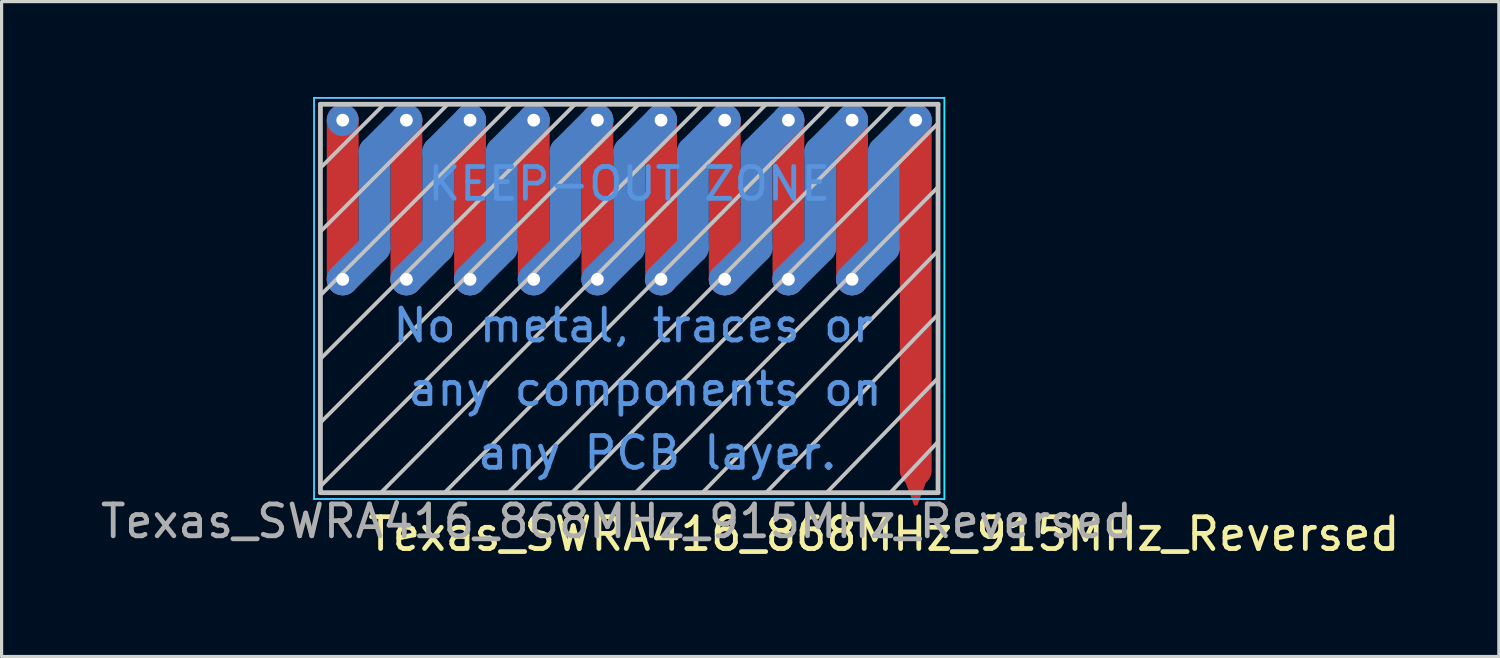
<source format=kicad_pcb>
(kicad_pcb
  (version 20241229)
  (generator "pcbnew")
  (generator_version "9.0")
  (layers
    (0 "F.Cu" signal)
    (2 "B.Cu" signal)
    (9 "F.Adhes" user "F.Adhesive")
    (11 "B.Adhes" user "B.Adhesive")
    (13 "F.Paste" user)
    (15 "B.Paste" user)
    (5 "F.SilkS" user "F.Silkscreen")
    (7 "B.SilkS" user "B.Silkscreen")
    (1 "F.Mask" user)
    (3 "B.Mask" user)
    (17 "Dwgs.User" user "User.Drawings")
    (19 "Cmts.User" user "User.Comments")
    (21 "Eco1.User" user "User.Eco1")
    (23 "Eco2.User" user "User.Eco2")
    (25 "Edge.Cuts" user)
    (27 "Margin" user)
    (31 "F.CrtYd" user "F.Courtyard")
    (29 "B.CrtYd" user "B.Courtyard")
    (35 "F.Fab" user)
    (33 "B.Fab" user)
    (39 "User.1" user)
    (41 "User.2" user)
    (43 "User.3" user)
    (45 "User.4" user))
  (footprint "Texas_SWRA416_868MHz_915MHz_Reversed"
    (layer "F.Cu")
    (at 16.715 5.725)
    (property "Reference" "Texas_SWRA416_868MHz_915MHz_Reversed" (at 8 8 0) (layer "F.SilkS") (effects (font (size 1 1) (thickness 0.15))))
    (attr smd)
    (fp_line (start -9 -5) (end -9 0) (stroke (width 1) (type solid)) (layer "F.Cu"))
    (fp_line (start -7 -5) (end -7 0) (stroke (width 1) (type solid)) (layer "F.Cu"))
    (fp_line (start -5 -5) (end -5 0) (stroke (width 1) (type solid)) (layer "F.Cu"))
    (fp_line (start -3 -5) (end -3 0) (stroke (width 1) (type solid)) (layer "F.Cu"))
    (fp_line (start -1 -5) (end -1 0) (stroke (width 1) (type solid)) (layer "F.Cu"))
    (fp_line (start 1 -5) (end 1 0) (stroke (width 1) (type solid)) (layer "F.Cu"))
    (fp_line (start 3 -5) (end 3 0) (stroke (width 1) (type solid)) (layer "F.Cu"))
    (fp_line (start 5 -5) (end 5 0) (stroke (width 1) (type solid)) (layer "F.Cu"))
    (fp_line (start 7 -5) (end 7 0) (stroke (width 1) (type solid)) (layer "F.Cu"))
    (fp_line (start 9 6) (end 9 -5) (stroke (width 1) (type solid)) (layer "F.Cu"))
    (fp_line (start -8 -4) (end -8 -1) (stroke (width 1) (type solid)) (layer "B.Cu"))
    (fp_line (start -8 -1) (end -9 0) (stroke (width 1) (type solid)) (layer "B.Cu"))
    (fp_line (start -7 -5) (end -8 -4) (stroke (width 1) (type solid)) (layer "B.Cu"))
    (fp_line (start -6 -4) (end -6 -1) (stroke (width 1) (type solid)) (layer "B.Cu"))
    (fp_line (start -6 -1) (end -7 0) (stroke (width 1) (type solid)) (layer "B.Cu"))
    (fp_line (start -5 -5) (end -6 -4) (stroke (width 1) (type solid)) (layer "B.Cu"))
    (fp_line (start -4 -4) (end -4 -1) (stroke (width 1) (type solid)) (layer "B.Cu"))
    (fp_line (start -4 -1) (end -5 0) (stroke (width 1) (type solid)) (layer "B.Cu"))
    (fp_line (start -3 -5) (end -4 -4) (stroke (width 1) (type solid)) (layer "B.Cu"))
    (fp_line (start -2 -4) (end -2 -1) (stroke (width 1) (type solid)) (layer "B.Cu"))
    (fp_line (start -2 -1) (end -3 0) (stroke (width 1) (type solid)) (layer "B.Cu"))
    (fp_line (start -1 -5) (end -2 -4) (stroke (width 1) (type solid)) (layer "B.Cu"))
    (fp_line (start 0 -4) (end 0 -1) (stroke (width 1) (type solid)) (layer "B.Cu"))
    (fp_line (start 0 -1) (end -1 0) (stroke (width 1) (type solid)) (layer "B.Cu"))
    (fp_line (start 1 -5) (end 0 -4) (stroke (width 1) (type solid)) (layer "B.Cu"))
    (fp_line (start 2 -4) (end 2 -1) (stroke (width 1) (type solid)) (layer "B.Cu"))
    (fp_line (start 2 -1) (end 1 0) (stroke (width 1) (type solid)) (layer "B.Cu"))
    (fp_line (start 3 -5) (end 2 -4) (stroke (width 1) (type solid)) (layer "B.Cu"))
    (fp_line (start 4 -4) (end 4 -1) (stroke (width 1) (type solid)) (layer "B.Cu"))
    (fp_line (start 4 -1) (end 3 0) (stroke (width 1) (type solid)) (layer "B.Cu"))
    (fp_line (start 5 -5) (end 4 -4) (stroke (width 1) (type solid)) (layer "B.Cu"))
    (fp_line (start 6 -4) (end 6 -1) (stroke (width 1) (type solid)) (layer "B.Cu"))
    (fp_line (start 6 -1) (end 5 0) (stroke (width 1) (type solid)) (layer "B.Cu"))
    (fp_line (start 7 -5) (end 6 -4) (stroke (width 1) (type solid)) (layer "B.Cu"))
    (fp_line (start 8 -4) (end 8 -1) (stroke (width 1) (type solid)) (layer "B.Cu"))
    (fp_line (start 8 -1) (end 7 0) (stroke (width 1) (type solid)) (layer "B.Cu"))
    (fp_line (start 9 -5) (end 8 -4) (stroke (width 1) (type solid)) (layer "B.Cu"))
    (fp_line (start -9.7 -5.5) (end -9.7 6.7) (stroke (width 0.15) (type solid)) (layer "Dwgs.User"))
    (fp_line (start -9.7 -3.5) (end -7.7 -5.5) (stroke (width 0.12) (type solid)) (layer "Dwgs.User"))
    (fp_line (start -9.7 -1.5) (end -5.7 -5.5) (stroke (width 0.12) (type solid)) (layer "Dwgs.User"))
    (fp_line (start -9.7 0.5) (end -3.7 -5.5) (stroke (width 0.12) (type solid)) (layer "Dwgs.User"))
    (fp_line (start -9.7 2.5) (end -1.7 -5.5) (stroke (width 0.12) (type solid)) (layer "Dwgs.User"))
    (fp_line (start -9.7 4.5) (end 0.3 -5.5) (stroke (width 0.12) (type solid)) (layer "Dwgs.User"))
    (fp_line (start -9.7 6.5) (end 2.3 -5.5) (stroke (width 0.12) (type solid)) (layer "Dwgs.User"))
    (fp_line (start -9.7 6.7) (end 9.7 6.7) (stroke (width 0.15) (type solid)) (layer "Dwgs.User"))
    (fp_line (start 4.3 -5.5) (end -7.8 6.7) (stroke (width 0.12) (type solid)) (layer "Dwgs.User"))
    (fp_line (start 6.3 -5.5) (end -5.8 6.7) (stroke (width 0.12) (type solid)) (layer "Dwgs.User"))
    (fp_line (start 8.3 -5.5) (end -3.8 6.7) (stroke (width 0.12) (type solid)) (layer "Dwgs.User"))
    (fp_line (start 9.7 -5.5) (end -9.7 -5.5) (stroke (width 0.15) (type solid)) (layer "Dwgs.User"))
    (fp_line (start 9.7 -4.9) (end -1.8 6.7) (stroke (width 0.12) (type solid)) (layer "Dwgs.User"))
    (fp_line (start 9.7 -2.9) (end 0.2 6.7) (stroke (width 0.12) (type solid)) (layer "Dwgs.User"))
    (fp_line (start 9.7 -0.9) (end 2.3 6.7) (stroke (width 0.12) (type solid)) (layer "Dwgs.User"))
    (fp_line (start 9.7 1.1) (end 4.3 6.7) (stroke (width 0.12) (type solid)) (layer "Dwgs.User"))
    (fp_line (start 9.7 3.1) (end 6.2 6.7) (stroke (width 0.12) (type solid)) (layer "Dwgs.User"))
    (fp_line (start 9.7 5.1) (end 8.2 6.7) (stroke (width 0.12) (type solid)) (layer "Dwgs.User"))
    (fp_line (start 9.7 6.7) (end 9.7 -5.5) (stroke (width 0.15) (type solid)) (layer "Dwgs.User"))
    (fp_line (start -9.9 -5.7) (end -9.9 6.9) (stroke (width 0.05) (type solid)) (layer "B.CrtYd"))
    (fp_line (start -9.9 6.9) (end 9.9 6.9) (stroke (width 0.05) (type solid)) (layer "B.CrtYd"))
    (fp_line (start 9.9 -5.7) (end -9.9 -5.7) (stroke (width 0.05) (type solid)) (layer "B.CrtYd"))
    (fp_line (start 9.9 6.9) (end 9.9 -5.7) (stroke (width 0.05) (type solid)) (layer "B.CrtYd"))
    (fp_line (start -9.9 -5.7) (end -9.9 6.9) (stroke (width 0.05) (type solid)) (layer "F.CrtYd"))
    (fp_line (start -9.9 6.9) (end 9.9 6.9) (stroke (width 0.05) (type solid)) (layer "F.CrtYd"))
    (fp_line (start 9.9 -5.7) (end -9.9 -5.7) (stroke (width 0.05) (type solid)) (layer "F.CrtYd"))
    (fp_line (start 9.9 6.9) (end 9.9 -5.7) (stroke (width 0.05) (type solid)) (layer "F.CrtYd"))
    (fp_text user "KEEP-OUT ZONE" (at 0 -3 0) (layer "Cmts.User") (effects (font (size 1 1) (thickness 0.15))))
    (fp_text user "No metal, traces or " (at 0.5 1.45 0) (layer "Cmts.User") (effects (font (size 1 1) (thickness 0.15))))
    (fp_text user "any components on" (at 0.5 3.45 0) (layer "Cmts.User") (effects (font (size 1 1) (thickness 0.15))))
    (fp_text user " any PCB layer." (at 0.5 5.45 0) (layer "Cmts.User") (effects (font (size 1 1) (thickness 0.15))))
    (fp_text user "${REFERENCE}" (at -0.4 7.6 0) (layer "F.Fab") (effects (font (size 1 1) (thickness 0.15))))
    (pad "" thru_hole circle (at -9 -5 180) (size 1 1) (drill 0.4) (layers "*.Cu"))
    (pad "" thru_hole circle (at -9 0 180) (size 1 1) (drill 0.4) (layers "*.Cu"))
    (pad "" thru_hole circle (at -7 -5 180) (size 1 1) (drill 0.4) (layers "*.Cu"))
    (pad "" thru_hole circle (at -7 0 180) (size 1 1) (drill 0.4) (layers "*.Cu"))
    (pad "" thru_hole circle (at -5 -5 180) (size 1 1) (drill 0.4) (layers "*.Cu"))
    (pad "" thru_hole circle (at -5 0 180) (size 1 1) (drill 0.4) (layers "*.Cu"))
    (pad "" thru_hole circle (at -3 -5 180) (size 1 1) (drill 0.4) (layers "*.Cu"))
    (pad "" thru_hole circle (at -3 0 180) (size 1 1) (drill 0.4) (layers "*.Cu"))
    (pad "" thru_hole circle (at -1 -5 180) (size 1 1) (drill 0.4) (layers "*.Cu"))
    (pad "" thru_hole circle (at -1 0 180) (size 1 1) (drill 0.4) (layers "*.Cu"))
    (pad "" thru_hole circle (at 1 -5 180) (size 1 1) (drill 0.4) (layers "*.Cu"))
    (pad "" thru_hole circle (at 1 0 180) (size 1 1) (drill 0.4) (layers "*.Cu"))
    (pad "" thru_hole circle (at 3 -5 180) (size 1 1) (drill 0.4) (layers "*.Cu"))
    (pad "" thru_hole circle (at 3 0 180) (size 1 1) (drill 0.4) (layers "*.Cu"))
    (pad "" thru_hole circle (at 5 -5 180) (size 1 1) (drill 0.4) (layers "*.Cu"))
    (pad "" thru_hole circle (at 5 0 180) (size 1 1) (drill 0.4) (layers "*.Cu"))
    (pad "" thru_hole circle (at 7 -5 180) (size 1 1) (drill 0.4) (layers "*.Cu"))
    (pad "" thru_hole circle (at 7 0 180) (size 1 1) (drill 0.4) (layers "*.Cu"))
    (pad "" thru_hole circle (at 9 -5 180) (size 1 1) (drill 0.4) (layers "*.Cu"))
    (pad "1" smd trapezoid (at 9 6.7 180) (size 0.4 0.8) (rect_delta 0 0.3) (layers "F.Cu")))
  (gr_rect
    (start -3 -3)
    (end 44.031 17.573)
    (stroke (width 0.1) (type default))
    (fill no)
    (layer "Edge.Cuts")))
</source>
